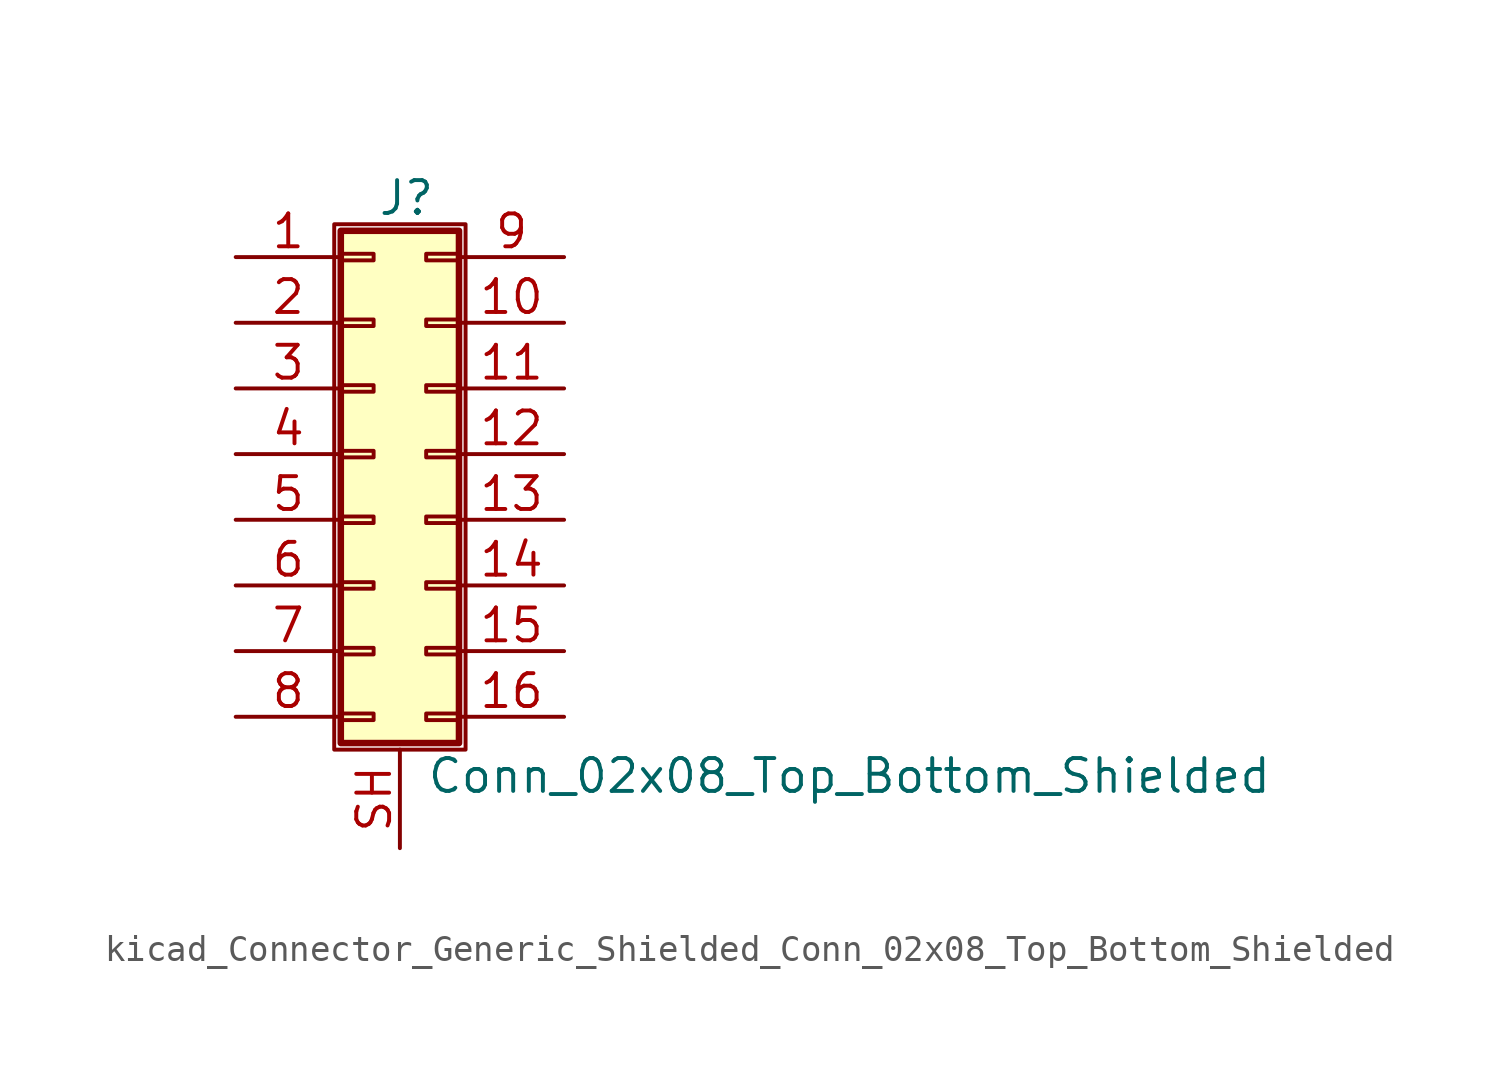
<source format=kicad_sym>
(kicad_symbol_lib
  (version 20220914)
  (generator kicad_symbol_editor)
  (symbol "kicad_Connector_Generic_Shielded_Conn_02x08_Top_Bottom_Shielded"
    (pin_names
      (offset 1.016) hide)
    (property "Reference" "J"
      (at 1.524 9.906 0)
      (effects (font (size 1.27 1.27))))
    (property "Value" "Conn_02x08_Top_Bottom_Shielded"
      (at 2.286 -12.446 0)
      (effects (font (size 1.27 1.27)) (justify left)))
    (symbol "kicad_Connector_Generic_Shielded_Conn_02x08_Top_Bottom_Shielded_1_1"
      (rectangle (start -1.27 8.89) (end 3.81 -11.43) (stroke (width 0.152) (type default)) (fill (type none)))
      (rectangle (start -1.016 -10.033) (end 0.254 -10.287) (stroke (width 0.152) (type default)) (fill (type none)))
      (rectangle (start -1.016 -7.493) (end 0.254 -7.747) (stroke (width 0.152) (type default)) (fill (type none)))
      (rectangle (start -1.016 -4.953) (end 0.254 -5.207) (stroke (width 0.152) (type default)) (fill (type none)))
      (rectangle (start -1.016 -2.413) (end 0.254 -2.667) (stroke (width 0.152) (type default)) (fill (type none)))
      (rectangle (start -1.016 0.127) (end 0.254 -0.127) (stroke (width 0.152) (type default)) (fill (type none)))
      (rectangle (start -1.016 2.667) (end 0.254 2.413) (stroke (width 0.152) (type default)) (fill (type none)))
      (rectangle (start -1.016 5.207) (end 0.254 4.953) (stroke (width 0.152) (type default)) (fill (type none)))
      (rectangle (start -1.016 7.747) (end 0.254 7.493) (stroke (width 0.152) (type default)) (fill (type none)))
      (rectangle (start -1.016 8.636) (end 3.556 -11.176) (stroke (width 0.254) (type default)) (fill (type background)))
      (rectangle (start 3.556 -10.033) (end 2.286 -10.287) (stroke (width 0.152) (type default)) (fill (type none)))
      (rectangle (start 3.556 -7.493) (end 2.286 -7.747) (stroke (width 0.152) (type default)) (fill (type none)))
      (rectangle (start 3.556 -4.953) (end 2.286 -5.207) (stroke (width 0.152) (type default)) (fill (type none)))
      (rectangle (start 3.556 -2.413) (end 2.286 -2.667) (stroke (width 0.152) (type default)) (fill (type none)))
      (rectangle (start 3.556 0.127) (end 2.286 -0.127) (stroke (width 0.152) (type default)) (fill (type none)))
      (rectangle (start 3.556 2.667) (end 2.286 2.413) (stroke (width 0.152) (type default)) (fill (type none)))
      (rectangle (start 3.556 5.207) (end 2.286 4.953) (stroke (width 0.152) (type default)) (fill (type none)))
      (rectangle (start 3.556 7.747) (end 2.286 7.493) (stroke (width 0.152) (type default)) (fill (type none)))
      (pin passive line (at -5.08 7.62 0) (length 4.064) (name "Pin_1" (effects (font (size 1.27 1.27)))) (number "1" (effects (font (size 1.27 1.27)))))
      (pin passive line (at 7.62 5.08 180) (length 4.064) (name "Pin_10" (effects (font (size 1.27 1.27)))) (number "10" (effects (font (size 1.27 1.27)))))
      (pin passive line (at 7.62 2.54 180) (length 4.064) (name "Pin_11" (effects (font (size 1.27 1.27)))) (number "11" (effects (font (size 1.27 1.27)))))
      (pin passive line (at 7.62 0 180) (length 4.064) (name "Pin_12" (effects (font (size 1.27 1.27)))) (number "12" (effects (font (size 1.27 1.27)))))
      (pin passive line (at 7.62 -2.54 180) (length 4.064) (name "Pin_13" (effects (font (size 1.27 1.27)))) (number "13" (effects (font (size 1.27 1.27)))))
      (pin passive line (at 7.62 -5.08 180) (length 4.064) (name "Pin_14" (effects (font (size 1.27 1.27)))) (number "14" (effects (font (size 1.27 1.27)))))
      (pin passive line (at 7.62 -7.62 180) (length 4.064) (name "Pin_15" (effects (font (size 1.27 1.27)))) (number "15" (effects (font (size 1.27 1.27)))))
      (pin passive line (at 7.62 -10.16 180) (length 4.064) (name "Pin_16" (effects (font (size 1.27 1.27)))) (number "16" (effects (font (size 1.27 1.27)))))
      (pin passive line (at -5.08 5.08 0) (length 4.064) (name "Pin_2" (effects (font (size 1.27 1.27)))) (number "2" (effects (font (size 1.27 1.27)))))
      (pin passive line (at -5.08 2.54 0) (length 4.064) (name "Pin_3" (effects (font (size 1.27 1.27)))) (number "3" (effects (font (size 1.27 1.27)))))
      (pin passive line (at -5.08 0 0) (length 4.064) (name "Pin_4" (effects (font (size 1.27 1.27)))) (number "4" (effects (font (size 1.27 1.27)))))
      (pin passive line (at -5.08 -2.54 0) (length 4.064) (name "Pin_5" (effects (font (size 1.27 1.27)))) (number "5" (effects (font (size 1.27 1.27)))))
      (pin passive line (at -5.08 -5.08 0) (length 4.064) (name "Pin_6" (effects (font (size 1.27 1.27)))) (number "6" (effects (font (size 1.27 1.27)))))
      (pin passive line (at -5.08 -7.62 0) (length 4.064) (name "Pin_7" (effects (font (size 1.27 1.27)))) (number "7" (effects (font (size 1.27 1.27)))))
      (pin passive line (at -5.08 -10.16 0) (length 4.064) (name "Pin_8" (effects (font (size 1.27 1.27)))) (number "8" (effects (font (size 1.27 1.27)))))
      (pin passive line (at 7.62 7.62 180) (length 4.064) (name "Pin_9" (effects (font (size 1.27 1.27)))) (number "9" (effects (font (size 1.27 1.27)))))
      (pin passive line (at 1.27 -15.24 90) (length 3.81) (name "Shield" (effects (font (size 1.27 1.27)))) (number "SH" (effects (font (size 1.27 1.27))))))))
</source>
